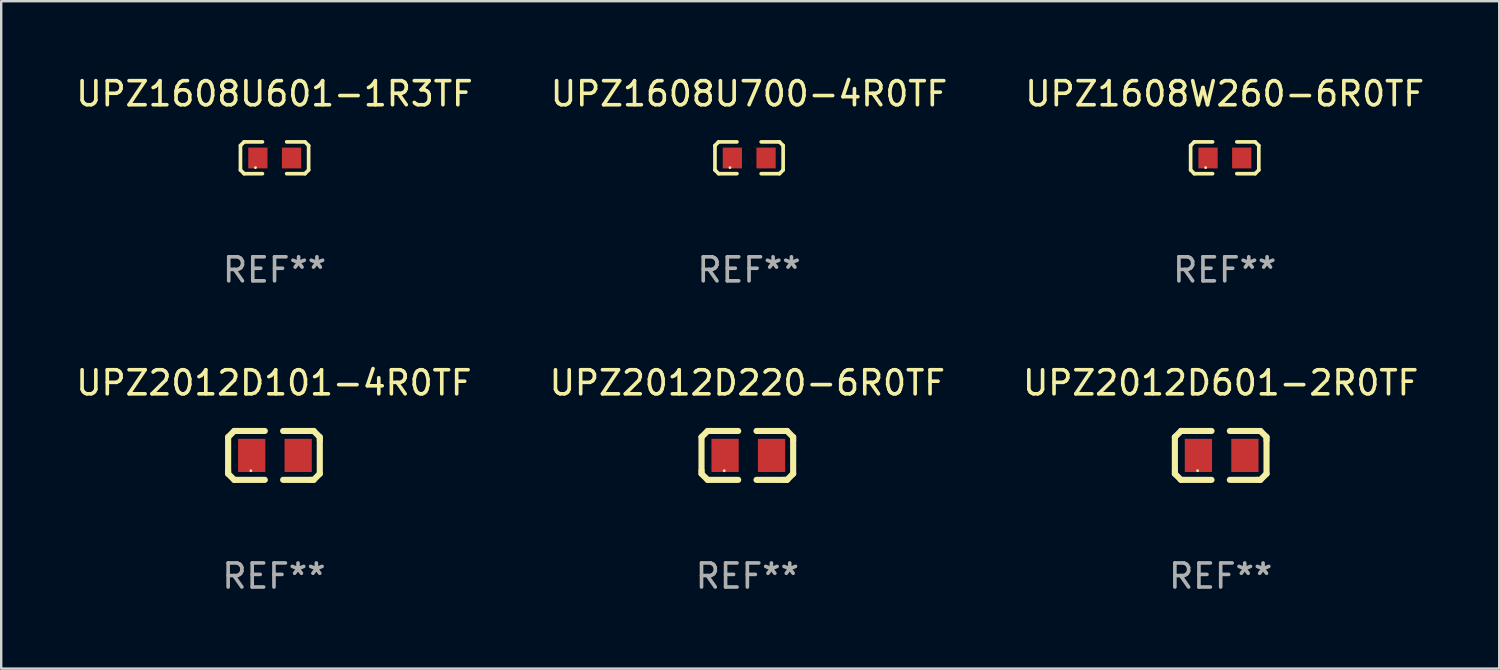
<source format=kicad_pcb>
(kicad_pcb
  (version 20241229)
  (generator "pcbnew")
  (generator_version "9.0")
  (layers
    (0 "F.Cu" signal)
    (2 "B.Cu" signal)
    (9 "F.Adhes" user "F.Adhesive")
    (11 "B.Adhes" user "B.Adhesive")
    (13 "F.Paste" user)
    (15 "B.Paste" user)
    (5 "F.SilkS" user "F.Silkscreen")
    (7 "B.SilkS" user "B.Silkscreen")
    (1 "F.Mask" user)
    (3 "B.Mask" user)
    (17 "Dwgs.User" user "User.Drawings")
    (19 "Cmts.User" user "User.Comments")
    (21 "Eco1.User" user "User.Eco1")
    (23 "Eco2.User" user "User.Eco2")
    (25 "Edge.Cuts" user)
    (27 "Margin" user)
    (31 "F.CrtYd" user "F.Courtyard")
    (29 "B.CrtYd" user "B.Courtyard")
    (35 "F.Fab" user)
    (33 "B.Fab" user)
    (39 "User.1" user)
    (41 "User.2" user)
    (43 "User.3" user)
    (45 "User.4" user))
  (footprint "UPZ2012D220-6R0TF"
    (layer "F.Cu")
    (at 28.018 15.882)
    (property "Reference" "UPZ2012D220-6R0TF" (at 0 -3.016 0) (layer "F.SilkS") (effects (font (size 1 1) (thickness 0.15))))
    (attr through_hole)
    (fp_line (start -1.905 -0.762) (end -1.905 0.635) (stroke (width 0.254) (type solid)) (layer "F.SilkS"))
    (fp_line (start -1.905 0.635) (end -1.905 0.762) (stroke (width 0.254) (type solid)) (layer "F.SilkS"))
    (fp_line (start -1.905 0.762) (end -1.651 1.016) (stroke (width 0.254) (type solid)) (layer "F.SilkS"))
    (fp_line (start -1.651 -1.016) (end -1.905 -0.762) (stroke (width 0.254) (type solid)) (layer "F.SilkS"))
    (fp_line (start -1.651 1.016) (end -0.381 1.016) (stroke (width 0.254) (type solid)) (layer "F.SilkS"))
    (fp_line (start -1.524 -1.016) (end -1.651 -1.016) (stroke (width 0.254) (type solid)) (layer "F.SilkS"))
    (fp_line (start -0.381 -1.016) (end -1.524 -1.016) (stroke (width 0.254) (type solid)) (layer "F.SilkS"))
    (fp_line (start 0.381 1.016) (end 1.524 1.016) (stroke (width 0.254) (type solid)) (layer "F.SilkS"))
    (fp_line (start 1.524 1.016) (end 1.651 1.016) (stroke (width 0.254) (type solid)) (layer "F.SilkS"))
    (fp_line (start 1.651 -1.016) (end 0.381 -1.016) (stroke (width 0.254) (type solid)) (layer "F.SilkS"))
    (fp_line (start 1.651 1.016) (end 1.905 0.762) (stroke (width 0.254) (type solid)) (layer "F.SilkS"))
    (fp_line (start 1.905 -0.762) (end 1.651 -1.016) (stroke (width 0.254) (type solid)) (layer "F.SilkS"))
    (fp_line (start 1.905 -0.635) (end 1.905 -0.762) (stroke (width 0.254) (type solid)) (layer "F.SilkS"))
    (fp_line (start 1.905 0.762) (end 1.905 -0.635) (stroke (width 0.254) (type solid)) (layer "F.SilkS"))
    (fp_circle (center -0.96 0.637) (end -0.93 0.637) (stroke (width 0.06) (type solid)) (fill no) (layer "F.SilkS"))
    (fp_text user "REF**" (at 0 5.016 0) (layer "F.Fab") (effects (font (size 1 1) (thickness 0.15))))
    (pad "1" smd rect (at -0.926 -0.000051) (size 1.133 1.377) (layers "F.Cu" "F.Mask" "F.Paste"))
    (pad "2" smd rect (at 1.006 -0.000051) (size 1.133 1.377) (layers "F.Cu" "F.Mask" "F.Paste")))
  (footprint "UPZ1608U601-1R3TF"
    (layer "F.Cu")
    (at 8.363 3.509)
    (property "Reference" "UPZ1608U601-1R3TF" (at 0 -2.661 0) (layer "F.SilkS") (effects (font (size 1 1) (thickness 0.15))))
    (attr through_hole)
    (fp_line (start -1.417 -0.508) (end -1.265 -0.661) (stroke (width 0.152) (type solid)) (layer "F.SilkS"))
    (fp_line (start -1.417 0.508) (end -1.417 -0.508) (stroke (width 0.152) (type solid)) (layer "F.SilkS"))
    (fp_line (start -1.265 -0.661) (end -0.503 -0.661) (stroke (width 0.152) (type solid)) (layer "F.SilkS"))
    (fp_line (start -1.265 0.661) (end -1.417 0.508) (stroke (width 0.152) (type solid)) (layer "F.SilkS"))
    (fp_line (start -1.265 0.661) (end -0.503 0.661) (stroke (width 0.152) (type solid)) (layer "F.SilkS"))
    (fp_line (start 1.265 -0.661) (end 0.503 -0.661) (stroke (width 0.152) (type solid)) (layer "F.SilkS"))
    (fp_line (start 1.265 -0.661) (end 1.417 -0.508) (stroke (width 0.152) (type solid)) (layer "F.SilkS"))
    (fp_line (start 1.265 0.661) (end 0.503 0.661) (stroke (width 0.152) (type solid)) (layer "F.SilkS"))
    (fp_line (start 1.417 -0.508) (end 1.417 0.508) (stroke (width 0.152) (type solid)) (layer "F.SilkS"))
    (fp_line (start 1.417 0.508) (end 1.265 0.661) (stroke (width 0.152) (type solid)) (layer "F.SilkS"))
    (fp_circle (center -0.793 0.409) (end -0.763 0.409) (stroke (width 0.06) (type solid)) (fill no) (layer "F.SilkS"))
    (fp_text user "REF**" (at 0 4.661 0) (layer "F.Fab") (effects (font (size 1 1) (thickness 0.15))))
    (pad "1" smd rect (at -0.693 0.009 180) (size 0.8 0.864) (layers "F.Cu" "F.Mask" "F.Paste"))
    (pad "2" smd rect (at 0.707 0.009 180) (size 0.8 0.864) (layers "F.Cu" "F.Mask" "F.Paste")))
  (footprint "UPZ2012D601-2R0TF"
    (layer "F.Cu")
    (at 47.696 15.882)
    (property "Reference" "UPZ2012D601-2R0TF" (at 0 -3.016 0) (layer "F.SilkS") (effects (font (size 1 1) (thickness 0.15))))
    (attr through_hole)
    (fp_line (start -1.905 -0.762) (end -1.905 0.635) (stroke (width 0.254) (type solid)) (layer "F.SilkS"))
    (fp_line (start -1.905 0.635) (end -1.905 0.762) (stroke (width 0.254) (type solid)) (layer "F.SilkS"))
    (fp_line (start -1.905 0.762) (end -1.651 1.016) (stroke (width 0.254) (type solid)) (layer "F.SilkS"))
    (fp_line (start -1.651 -1.016) (end -1.905 -0.762) (stroke (width 0.254) (type solid)) (layer "F.SilkS"))
    (fp_line (start -1.651 1.016) (end -0.381 1.016) (stroke (width 0.254) (type solid)) (layer "F.SilkS"))
    (fp_line (start -1.524 -1.016) (end -1.651 -1.016) (stroke (width 0.254) (type solid)) (layer "F.SilkS"))
    (fp_line (start -0.381 -1.016) (end -1.524 -1.016) (stroke (width 0.254) (type solid)) (layer "F.SilkS"))
    (fp_line (start 0.381 1.016) (end 1.524 1.016) (stroke (width 0.254) (type solid)) (layer "F.SilkS"))
    (fp_line (start 1.524 1.016) (end 1.651 1.016) (stroke (width 0.254) (type solid)) (layer "F.SilkS"))
    (fp_line (start 1.651 -1.016) (end 0.381 -1.016) (stroke (width 0.254) (type solid)) (layer "F.SilkS"))
    (fp_line (start 1.651 1.016) (end 1.905 0.762) (stroke (width 0.254) (type solid)) (layer "F.SilkS"))
    (fp_line (start 1.905 -0.762) (end 1.651 -1.016) (stroke (width 0.254) (type solid)) (layer "F.SilkS"))
    (fp_line (start 1.905 -0.635) (end 1.905 -0.762) (stroke (width 0.254) (type solid)) (layer "F.SilkS"))
    (fp_line (start 1.905 0.762) (end 1.905 -0.635) (stroke (width 0.254) (type solid)) (layer "F.SilkS"))
    (fp_circle (center -0.96 0.637) (end -0.93 0.637) (stroke (width 0.06) (type solid)) (fill no) (layer "F.SilkS"))
    (fp_text user "REF**" (at 0 5.016 0) (layer "F.Fab") (effects (font (size 1 1) (thickness 0.15))))
    (pad "1" smd rect (at -0.926 -0.000051) (size 1.133 1.377) (layers "F.Cu" "F.Mask" "F.Paste"))
    (pad "2" smd rect (at 1.006 -0.000051) (size 1.133 1.377) (layers "F.Cu" "F.Mask" "F.Paste")))
  (footprint "UPZ1608W260-6R0TF"
    (layer "F.Cu")
    (at 47.863 3.509)
    (property "Reference" "UPZ1608W260-6R0TF" (at 0 -2.661 0) (layer "F.SilkS") (effects (font (size 1 1) (thickness 0.15))))
    (attr through_hole)
    (fp_line (start -1.417 -0.508) (end -1.265 -0.661) (stroke (width 0.152) (type solid)) (layer "F.SilkS"))
    (fp_line (start -1.417 0.508) (end -1.417 -0.508) (stroke (width 0.152) (type solid)) (layer "F.SilkS"))
    (fp_line (start -1.265 -0.661) (end -0.503 -0.661) (stroke (width 0.152) (type solid)) (layer "F.SilkS"))
    (fp_line (start -1.265 0.661) (end -1.417 0.508) (stroke (width 0.152) (type solid)) (layer "F.SilkS"))
    (fp_line (start -1.265 0.661) (end -0.503 0.661) (stroke (width 0.152) (type solid)) (layer "F.SilkS"))
    (fp_line (start 1.265 -0.661) (end 0.503 -0.661) (stroke (width 0.152) (type solid)) (layer "F.SilkS"))
    (fp_line (start 1.265 -0.661) (end 1.417 -0.508) (stroke (width 0.152) (type solid)) (layer "F.SilkS"))
    (fp_line (start 1.265 0.661) (end 0.503 0.661) (stroke (width 0.152) (type solid)) (layer "F.SilkS"))
    (fp_line (start 1.417 -0.508) (end 1.417 0.508) (stroke (width 0.152) (type solid)) (layer "F.SilkS"))
    (fp_line (start 1.417 0.508) (end 1.265 0.661) (stroke (width 0.152) (type solid)) (layer "F.SilkS"))
    (fp_circle (center -0.793 0.409) (end -0.763 0.409) (stroke (width 0.06) (type solid)) (fill no) (layer "F.SilkS"))
    (fp_text user "REF**" (at 0 4.661 0) (layer "F.Fab") (effects (font (size 1 1) (thickness 0.15))))
    (pad "1" smd rect (at -0.693 0.009 180) (size 0.8 0.864) (layers "F.Cu" "F.Mask" "F.Paste"))
    (pad "2" smd rect (at 0.707 0.009 180) (size 0.8 0.864) (layers "F.Cu" "F.Mask" "F.Paste")))
  (footprint "UPZ2012D101-4R0TF"
    (layer "F.Cu")
    (at 8.339 15.882)
    (property "Reference" "UPZ2012D101-4R0TF" (at 0 -3.016 0) (layer "F.SilkS") (effects (font (size 1 1) (thickness 0.15))))
    (attr through_hole)
    (fp_line (start -1.905 -0.762) (end -1.905 0.635) (stroke (width 0.254) (type solid)) (layer "F.SilkS"))
    (fp_line (start -1.905 0.635) (end -1.905 0.762) (stroke (width 0.254) (type solid)) (layer "F.SilkS"))
    (fp_line (start -1.905 0.762) (end -1.651 1.016) (stroke (width 0.254) (type solid)) (layer "F.SilkS"))
    (fp_line (start -1.651 -1.016) (end -1.905 -0.762) (stroke (width 0.254) (type solid)) (layer "F.SilkS"))
    (fp_line (start -1.651 1.016) (end -0.381 1.016) (stroke (width 0.254) (type solid)) (layer "F.SilkS"))
    (fp_line (start -1.524 -1.016) (end -1.651 -1.016) (stroke (width 0.254) (type solid)) (layer "F.SilkS"))
    (fp_line (start -0.381 -1.016) (end -1.524 -1.016) (stroke (width 0.254) (type solid)) (layer "F.SilkS"))
    (fp_line (start 0.381 1.016) (end 1.524 1.016) (stroke (width 0.254) (type solid)) (layer "F.SilkS"))
    (fp_line (start 1.524 1.016) (end 1.651 1.016) (stroke (width 0.254) (type solid)) (layer "F.SilkS"))
    (fp_line (start 1.651 -1.016) (end 0.381 -1.016) (stroke (width 0.254) (type solid)) (layer "F.SilkS"))
    (fp_line (start 1.651 1.016) (end 1.905 0.762) (stroke (width 0.254) (type solid)) (layer "F.SilkS"))
    (fp_line (start 1.905 -0.762) (end 1.651 -1.016) (stroke (width 0.254) (type solid)) (layer "F.SilkS"))
    (fp_line (start 1.905 -0.635) (end 1.905 -0.762) (stroke (width 0.254) (type solid)) (layer "F.SilkS"))
    (fp_line (start 1.905 0.762) (end 1.905 -0.635) (stroke (width 0.254) (type solid)) (layer "F.SilkS"))
    (fp_circle (center -0.96 0.637) (end -0.93 0.637) (stroke (width 0.06) (type solid)) (fill no) (layer "F.SilkS"))
    (fp_text user "REF**" (at 0 5.016 0) (layer "F.Fab") (effects (font (size 1 1) (thickness 0.15))))
    (pad "1" smd rect (at -0.926 -0.000051) (size 1.133 1.377) (layers "F.Cu" "F.Mask" "F.Paste"))
    (pad "2" smd rect (at 1.006 -0.000051) (size 1.133 1.377) (layers "F.Cu" "F.Mask" "F.Paste")))
  (footprint "UPZ1608U700-4R0TF"
    (layer "F.Cu")
    (at 28.089 3.509)
    (property "Reference" "UPZ1608U700-4R0TF" (at 0 -2.661 0) (layer "F.SilkS") (effects (font (size 1 1) (thickness 0.15))))
    (attr through_hole)
    (fp_line (start -1.417 -0.508) (end -1.265 -0.661) (stroke (width 0.152) (type solid)) (layer "F.SilkS"))
    (fp_line (start -1.417 0.508) (end -1.417 -0.508) (stroke (width 0.152) (type solid)) (layer "F.SilkS"))
    (fp_line (start -1.265 -0.661) (end -0.503 -0.661) (stroke (width 0.152) (type solid)) (layer "F.SilkS"))
    (fp_line (start -1.265 0.661) (end -1.417 0.508) (stroke (width 0.152) (type solid)) (layer "F.SilkS"))
    (fp_line (start -1.265 0.661) (end -0.503 0.661) (stroke (width 0.152) (type solid)) (layer "F.SilkS"))
    (fp_line (start 1.265 -0.661) (end 0.503 -0.661) (stroke (width 0.152) (type solid)) (layer "F.SilkS"))
    (fp_line (start 1.265 -0.661) (end 1.417 -0.508) (stroke (width 0.152) (type solid)) (layer "F.SilkS"))
    (fp_line (start 1.265 0.661) (end 0.503 0.661) (stroke (width 0.152) (type solid)) (layer "F.SilkS"))
    (fp_line (start 1.417 -0.508) (end 1.417 0.508) (stroke (width 0.152) (type solid)) (layer "F.SilkS"))
    (fp_line (start 1.417 0.508) (end 1.265 0.661) (stroke (width 0.152) (type solid)) (layer "F.SilkS"))
    (fp_circle (center -0.793 0.409) (end -0.763 0.409) (stroke (width 0.06) (type solid)) (fill no) (layer "F.SilkS"))
    (fp_text user "REF**" (at 0 4.661 0) (layer "F.Fab") (effects (font (size 1 1) (thickness 0.15))))
    (pad "1" smd rect (at -0.693 0.009 180) (size 0.8 0.864) (layers "F.Cu" "F.Mask" "F.Paste"))
    (pad "2" smd rect (at 0.707 0.009 180) (size 0.8 0.864) (layers "F.Cu" "F.Mask" "F.Paste")))
  (gr_rect
    (start -3 -3)
    (end 59.274 24.746)
    (stroke (width 0.1) (type default))
    (fill no)
    (layer "Edge.Cuts")))
</source>
